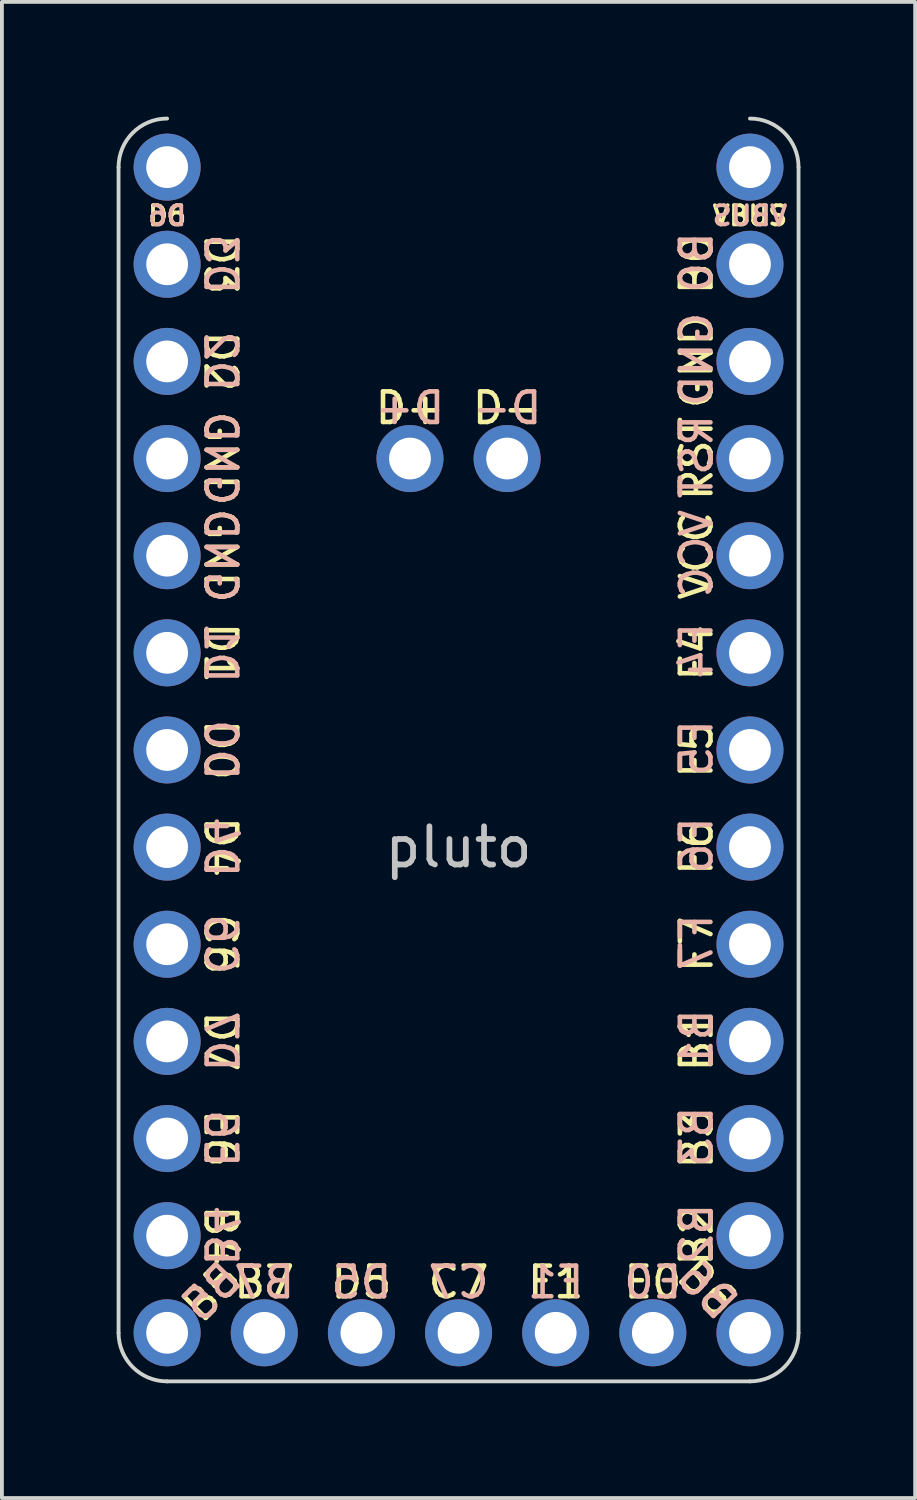
<source format=kicad_pcb>
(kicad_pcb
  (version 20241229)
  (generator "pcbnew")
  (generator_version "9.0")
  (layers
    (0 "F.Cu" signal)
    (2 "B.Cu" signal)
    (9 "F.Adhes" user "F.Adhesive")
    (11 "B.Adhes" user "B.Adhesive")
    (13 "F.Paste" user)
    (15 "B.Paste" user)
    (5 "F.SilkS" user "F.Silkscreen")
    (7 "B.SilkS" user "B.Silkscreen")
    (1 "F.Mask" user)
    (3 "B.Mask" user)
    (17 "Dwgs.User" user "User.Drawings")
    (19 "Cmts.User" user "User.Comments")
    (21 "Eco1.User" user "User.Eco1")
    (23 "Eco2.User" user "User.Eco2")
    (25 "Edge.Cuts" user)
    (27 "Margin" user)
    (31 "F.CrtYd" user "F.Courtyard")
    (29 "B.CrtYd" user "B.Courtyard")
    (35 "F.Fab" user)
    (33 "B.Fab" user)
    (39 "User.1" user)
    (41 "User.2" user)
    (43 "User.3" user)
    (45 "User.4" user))
  (footprint "pluto"
    (layer "F.Cu")
    (at 8.94 17.83)
    (property "Reference" "pluto" (at 0 1.27 0) (layer "Dwgs.User") (effects (font (size 1 1) (thickness 0.15))))
    (fp_line (start -8.89 -16.51) (end -8.89 13.97) (stroke (width 0.1) (type solid)) (layer "Edge.Cuts"))
    (fp_line (start -7.62 15.24) (end 7.62 15.24) (stroke (width 0.1) (type solid)) (layer "Edge.Cuts"))
    (fp_line (start 8.89 13.97) (end 8.89 -16.51) (stroke (width 0.1) (type solid)) (layer "Edge.Cuts"))
    (fp_arc (start -8.89 -16.51) (mid -8.518026 -17.408026) (end -7.62 -17.78) (stroke (width 0.1) (type solid)) (layer "Edge.Cuts"))
    (fp_arc (start -7.62 15.24) (mid -8.518026 14.868026) (end -8.89 13.97) (stroke (width 0.1) (type solid)) (layer "Edge.Cuts"))
    (fp_arc (start 7.62 -17.78) (mid 8.518026 -17.408026) (end 8.89 -16.51) (stroke (width 0.1) (type solid)) (layer "Edge.Cuts"))
    (fp_arc (start 8.89 13.97) (mid 8.518026 14.868026) (end 7.62 15.24) (stroke (width 0.1) (type solid)) (layer "Edge.Cuts"))
    (fp_text user "D4" (at -6.223 1.27 270) (unlocked yes) (layer "F.SilkS") (effects (font (size 0.8 0.8) (thickness 0.12))))
    (fp_text user "F6" (at 6.223 1.27 90) (unlocked yes) (layer "F.SilkS") (effects (font (size 0.8 0.8) (thickness 0.12))))
    (fp_text user "D-" (at 1.27 -10.211 0) (unlocked yes) (layer "F.SilkS") (effects (font (size 0.8 0.8) (thickness 0.12))))
    (fp_text user "B1" (at 6.223 6.35 90) (unlocked yes) (layer "F.SilkS") (effects (font (size 0.8 0.8) (thickness 0.12))))
    (fp_text user "C6" (at -6.223 3.81 270) (unlocked yes) (layer "F.SilkS") (effects (font (size 0.8 0.8) (thickness 0.12))))
    (fp_text user "D0" (at -6.223 -1.27 270) (unlocked yes) (layer "F.SilkS") (effects (font (size 0.8 0.8) (thickness 0.12))))
    (fp_text user "VCC" (at 6.223 -6.35 90) (unlocked yes) (layer "F.SilkS") (effects (font (size 0.8 0.8) (thickness 0.12))))
    (fp_text user "B0" (at 6.223 -13.97 90) (unlocked yes) (layer "F.SilkS") (effects (font (size 0.8 0.8) (thickness 0.12))))
    (fp_text user "VBUS" (at 7.62 -15.24 0) (unlocked yes) (layer "F.SilkS") (effects (font (size 0.5 0.5) (thickness 0.1))))
    (fp_text user "D6" (at -7.62 -15.24 0) (unlocked yes) (layer "F.SilkS") (effects (font (size 0.5 0.5) (thickness 0.1))))
    (fp_text user "D3" (at -6.223 -13.97 270) (unlocked yes) (layer "F.SilkS") (effects (font (size 0.8 0.8) (thickness 0.12))))
    (fp_text user "F5" (at 6.223 -1.27 90) (unlocked yes) (layer "F.SilkS") (effects (font (size 0.8 0.8) (thickness 0.12))))
    (fp_text user "D+" (at -1.27 -10.211 0) (unlocked yes) (layer "F.SilkS") (effects (font (size 0.8 0.8) (thickness 0.12))))
    (fp_text user "GND" (at 6.223 -11.43 90) (unlocked yes) (layer "F.SilkS") (effects (font (size 0.8 0.8) (thickness 0.12))))
    (fp_text user "F7" (at 6.223 3.81 90) (unlocked yes) (layer "F.SilkS") (effects (font (size 0.8 0.8) (thickness 0.12))))
    (fp_text user "E0" (at 5.08 12.649 0) (unlocked yes) (layer "F.SilkS") (effects (font (size 0.8 0.8) (thickness 0.12))))
    (fp_text user "B3" (at 6.223 8.89 90) (unlocked yes) (layer "F.SilkS") (effects (font (size 0.8 0.8) (thickness 0.12))))
    (fp_text user "D5" (at -2.54 12.649 0) (unlocked yes) (layer "F.SilkS") (effects (font (size 0.8 0.8) (thickness 0.12))))
    (fp_text user "RST" (at 6.223 -8.89 90) (unlocked yes) (layer "F.SilkS") (effects (font (size 0.8 0.8) (thickness 0.12))))
    (fp_text user "F1" (at 2.54 12.649 0) (unlocked yes) (layer "F.SilkS") (effects (font (size 0.8 0.8) (thickness 0.12))))
    (fp_text user "B5" (at -7.061 13.513 45) (unlocked yes) (layer "F.SilkS") (effects (font (size 0.8 0.8) (thickness 0.12)) (justify left)))
    (fp_text user "B4" (at -6.223 11.43 270) (unlocked yes) (layer "F.SilkS") (effects (font (size 0.8 0.8) (thickness 0.12))))
    (fp_text user "C7" (at 0 12.649 0) (unlocked yes) (layer "F.SilkS") (effects (font (size 0.8 0.8) (thickness 0.12))))
    (fp_text user "D1" (at -6.223 -3.81 270) (unlocked yes) (layer "F.SilkS") (effects (font (size 0.8 0.8) (thickness 0.12))))
    (fp_text user "E6" (at -6.223 8.89 270) (unlocked yes) (layer "F.SilkS") (effects (font (size 0.8 0.8) (thickness 0.12))))
    (fp_text user "D7" (at -6.223 6.35 270) (unlocked yes) (layer "F.SilkS") (effects (font (size 0.8 0.8) (thickness 0.12))))
    (fp_text user "F4" (at 6.223 -3.81 90) (unlocked yes) (layer "F.SilkS") (effects (font (size 0.8 0.8) (thickness 0.12))))
    (fp_text user "GND" (at -6.223 -8.89 270) (unlocked yes) (layer "F.SilkS") (effects (font (size 0.8 0.8) (thickness 0.12))))
    (fp_text user "D2" (at -6.223 -11.43 270) (unlocked yes) (layer "F.SilkS") (effects (font (size 0.8 0.8) (thickness 0.12))))
    (fp_text user "GND" (at -6.223 -6.35 270) (unlocked yes) (layer "F.SilkS") (effects (font (size 0.8 0.8) (thickness 0.12))))
    (fp_text user "B2" (at 6.223 11.43 90) (unlocked yes) (layer "F.SilkS") (effects (font (size 0.8 0.8) (thickness 0.12))))
    (fp_text user "B7" (at -5.08 12.649 0) (unlocked yes) (layer "F.SilkS") (effects (font (size 0.8 0.8) (thickness 0.12))))
    (fp_text user "B6" (at 7.112 13.411 315) (unlocked yes) (layer "F.SilkS") (effects (font (size 0.8 0.8) (thickness 0.12)) (justify right)))
    (fp_text user "C7" (at 0 12.649 0) (unlocked yes) (layer "B.SilkS") (effects (font (size 0.8 0.8) (thickness 0.12)) (justify mirror)))
    (fp_text user "B5" (at -7.061 13.513 45) (unlocked yes) (layer "B.SilkS") (effects (font (size 0.8 0.8) (thickness 0.12)) (justify right mirror)))
    (fp_text user "VBUS" (at 7.62 -15.24 0) (unlocked yes) (layer "B.SilkS") (effects (font (size 0.5 0.5) (thickness 0.1)) (justify mirror)))
    (fp_text user "D1" (at -6.223 -3.81 270) (unlocked yes) (layer "B.SilkS") (effects (font (size 0.8 0.8) (thickness 0.12)) (justify mirror)))
    (fp_text user "B4" (at -6.223 11.43 270) (unlocked yes) (layer "B.SilkS") (effects (font (size 0.8 0.8) (thickness 0.12)) (justify mirror)))
    (fp_text user "C6" (at -6.223 3.81 270) (unlocked yes) (layer "B.SilkS") (effects (font (size 0.8 0.8) (thickness 0.12)) (justify mirror)))
    (fp_text user "F4" (at 6.223 -3.861 90) (unlocked yes) (layer "B.SilkS") (effects (font (size 0.8 0.8) (thickness 0.12)) (justify mirror)))
    (fp_text user "RST" (at 6.223 -8.941 90) (unlocked yes) (layer "B.SilkS") (effects (font (size 0.8 0.8) (thickness 0.12)) (justify mirror)))
    (fp_text user "D-" (at 1.27 -10.211 0) (unlocked yes) (layer "B.SilkS") (effects (font (size 0.8 0.8) (thickness 0.12)) (justify mirror)))
    (fp_text user "D6" (at -7.62 -15.24 0) (unlocked yes) (layer "B.SilkS") (effects (font (size 0.5 0.5) (thickness 0.1)) (justify mirror)))
    (fp_text user "GND" (at -6.223 -6.35 270) (unlocked yes) (layer "B.SilkS") (effects (font (size 0.8 0.8) (thickness 0.12)) (justify mirror)))
    (fp_text user "F5" (at 6.223 -1.321 90) (unlocked yes) (layer "B.SilkS") (effects (font (size 0.8 0.8) (thickness 0.12)) (justify mirror)))
    (fp_text user "B7" (at -5.08 12.649 0) (unlocked yes) (layer "B.SilkS") (effects (font (size 0.8 0.8) (thickness 0.12)) (justify mirror)))
    (fp_text user "D+" (at -1.27 -10.211 0) (unlocked yes) (layer "B.SilkS") (effects (font (size 0.8 0.8) (thickness 0.12)) (justify mirror)))
    (fp_text user "B3" (at 6.223 8.839 90) (unlocked yes) (layer "B.SilkS") (effects (font (size 0.8 0.8) (thickness 0.12)) (justify mirror)))
    (fp_text user "GND" (at -6.223 -8.89 270) (unlocked yes) (layer "B.SilkS") (effects (font (size 0.8 0.8) (thickness 0.12)) (justify mirror)))
    (fp_text user "B1" (at 6.223 6.299 90) (unlocked yes) (layer "B.SilkS") (effects (font (size 0.8 0.8) (thickness 0.12)) (justify mirror)))
    (fp_text user "GND" (at 6.223 -11.481 90) (unlocked yes) (layer "B.SilkS") (effects (font (size 0.8 0.8) (thickness 0.12)) (justify mirror)))
    (fp_text user "E0" (at 5.08 12.649 0) (unlocked yes) (layer "B.SilkS") (effects (font (size 0.8 0.8) (thickness 0.12)) (justify mirror)))
    (fp_text user "F7" (at 6.223 3.759 90) (unlocked yes) (layer "B.SilkS") (effects (font (size 0.8 0.8) (thickness 0.12)) (justify mirror)))
    (fp_text user "D3" (at -6.223 -13.97 270) (unlocked yes) (layer "B.SilkS") (effects (font (size 0.8 0.8) (thickness 0.12)) (justify mirror)))
    (fp_text user "B2" (at 6.223 11.379 90) (unlocked yes) (layer "B.SilkS") (effects (font (size 0.8 0.8) (thickness 0.12)) (justify mirror)))
    (fp_text user "D4" (at -6.223 1.27 270) (unlocked yes) (layer "B.SilkS") (effects (font (size 0.8 0.8) (thickness 0.12)) (justify mirror)))
    (fp_text user "D7" (at -6.223 6.35 270) (unlocked yes) (layer "B.SilkS") (effects (font (size 0.8 0.8) (thickness 0.12)) (justify mirror)))
    (fp_text user "D0" (at -6.223 -1.27 270) (unlocked yes) (layer "B.SilkS") (effects (font (size 0.8 0.8) (thickness 0.12)) (justify mirror)))
    (fp_text user "B6" (at 7.112 13.462 315) (unlocked yes) (layer "B.SilkS") (effects (font (size 0.8 0.8) (thickness 0.12)) (justify left mirror)))
    (fp_text user "F1" (at 2.54 12.649 0) (unlocked yes) (layer "B.SilkS") (effects (font (size 0.8 0.8) (thickness 0.12)) (justify mirror)))
    (fp_text user "D2" (at -6.223 -11.43 270) (unlocked yes) (layer "B.SilkS") (effects (font (size 0.8 0.8) (thickness 0.12)) (justify mirror)))
    (fp_text user "VCC" (at 6.223 -6.401 90) (unlocked yes) (layer "B.SilkS") (effects (font (size 0.8 0.8) (thickness 0.12)) (justify mirror)))
    (fp_text user "F6" (at 6.223 1.219 90) (unlocked yes) (layer "B.SilkS") (effects (font (size 0.8 0.8) (thickness 0.12)) (justify mirror)))
    (fp_text user "D5" (at -2.54 12.649 0) (unlocked yes) (layer "B.SilkS") (effects (font (size 0.8 0.8) (thickness 0.12)) (justify mirror)))
    (fp_text user "B0" (at 6.223 -14.021 90) (unlocked yes) (layer "B.SilkS") (effects (font (size 0.8 0.8) (thickness 0.12)) (justify mirror)))
    (fp_text user "E6" (at -6.223 8.89 270) (unlocked yes) (layer "B.SilkS") (effects (font (size 0.8 0.8) (thickness 0.12)) (justify mirror)))
    (pad "1" thru_hole circle (at -7.62 -16.51 270) (size 1.753 1.753) (drill 1.092) (layers "*.Cu" "*.Mask"))
    (pad "2" thru_hole circle (at -7.62 -13.97 270) (size 1.753 1.753) (drill 1.092) (layers "*.Cu" "*.Mask"))
    (pad "3" thru_hole circle (at -7.62 -11.43 270) (size 1.753 1.753) (drill 1.092) (layers "*.Cu" "*.Mask"))
    (pad "4" thru_hole circle (at -7.62 -8.89 270) (size 1.753 1.753) (drill 1.092) (layers "*.Cu" "*.Mask"))
    (pad "5" thru_hole circle (at -7.62 -6.35 270) (size 1.753 1.753) (drill 1.092) (layers "*.Cu" "*.Mask"))
    (pad "6" thru_hole circle (at -7.62 -3.81 270) (size 1.753 1.753) (drill 1.092) (layers "*.Cu" "*.Mask"))
    (pad "7" thru_hole circle (at -7.62 -1.27 270) (size 1.753 1.753) (drill 1.092) (layers "*.Cu" "*.Mask"))
    (pad "8" thru_hole circle (at -7.62 1.27 270) (size 1.753 1.753) (drill 1.092) (layers "*.Cu" "*.Mask"))
    (pad "9" thru_hole circle (at -7.62 3.81 270) (size 1.753 1.753) (drill 1.092) (layers "*.Cu" "*.Mask"))
    (pad "10" thru_hole circle (at -7.62 6.35 270) (size 1.753 1.753) (drill 1.092) (layers "*.Cu" "*.Mask"))
    (pad "11" thru_hole circle (at -7.62 8.89 270) (size 1.753 1.753) (drill 1.092) (layers "*.Cu" "*.Mask"))
    (pad "12" thru_hole circle (at -7.62 11.43 270) (size 1.753 1.753) (drill 1.092) (layers "*.Cu" "*.Mask"))
    (pad "13" thru_hole circle (at -7.62 13.97 270) (size 1.753 1.753) (drill 1.092) (layers "*.Cu" "*.Mask"))
    (pad "14" thru_hole circle (at -5.08 13.97 270) (size 1.753 1.753) (drill 1.092) (layers "*.Cu" "*.Mask"))
    (pad "15" thru_hole circle (at -2.54 13.97 270) (size 1.753 1.753) (drill 1.092) (layers "*.Cu" "*.Mask"))
    (pad "16" thru_hole circle (at 0 13.97 270) (size 1.753 1.753) (drill 1.092) (layers "*.Cu" "*.Mask"))
    (pad "17" thru_hole circle (at 2.54 13.97 270) (size 1.753 1.753) (drill 1.092) (layers "*.Cu" "*.Mask"))
    (pad "18" thru_hole circle (at 5.08 13.97 270) (size 1.753 1.753) (drill 1.092) (layers "*.Cu" "*.Mask"))
    (pad "19" thru_hole circle (at 7.62 13.97 270) (size 1.753 1.753) (drill 1.092) (layers "*.Cu" "*.Mask"))
    (pad "20" thru_hole circle (at 7.62 11.43 270) (size 1.753 1.753) (drill 1.092) (layers "*.Cu" "*.Mask"))
    (pad "21" thru_hole circle (at 7.62 8.89 270) (size 1.753 1.753) (drill 1.092) (layers "*.Cu" "*.Mask"))
    (pad "22" thru_hole circle (at 7.62 6.35 270) (size 1.753 1.753) (drill 1.092) (layers "*.Cu" "*.Mask"))
    (pad "23" thru_hole circle (at 7.62 3.81 270) (size 1.753 1.753) (drill 1.092) (layers "*.Cu" "*.Mask"))
    (pad "24" thru_hole circle (at 7.62 1.27 270) (size 1.753 1.753) (drill 1.092) (layers "*.Cu" "*.Mask"))
    (pad "25" thru_hole circle (at 7.62 -1.27 270) (size 1.753 1.753) (drill 1.092) (layers "*.Cu" "*.Mask"))
    (pad "26" thru_hole circle (at 7.62 -3.81 270) (size 1.753 1.753) (drill 1.092) (layers "*.Cu" "*.Mask"))
    (pad "27" thru_hole circle (at 7.62 -6.35 270) (size 1.753 1.753) (drill 1.092) (layers "*.Cu" "*.Mask"))
    (pad "28" thru_hole circle (at 7.62 -8.89 270) (size 1.753 1.753) (drill 1.092) (layers "*.Cu" "*.Mask"))
    (pad "29" thru_hole circle (at 7.62 -11.43 270) (size 1.753 1.753) (drill 1.092) (layers "*.Cu" "*.Mask"))
    (pad "30" thru_hole circle (at 7.62 -13.97 270) (size 1.753 1.753) (drill 1.092) (layers "*.Cu" "*.Mask"))
    (pad "31" thru_hole circle (at 7.62 -16.51 270) (size 1.753 1.753) (drill 1.092) (layers "*.Cu" "*.Mask"))
    (pad "32" thru_hole circle (at 1.27 -8.89 270) (size 1.753 1.753) (drill 1.092) (layers "*.Cu" "*.Mask"))
    (pad "33" thru_hole circle (at -1.27 -8.89 270) (size 1.753 1.753) (drill 1.092) (layers "*.Cu" "*.Mask")))
  (gr_rect
    (start -3 -3)
    (end 20.88 36.12)
    (stroke (width 0.1) (type default))
    (fill no)
    (layer "Edge.Cuts")))
</source>
